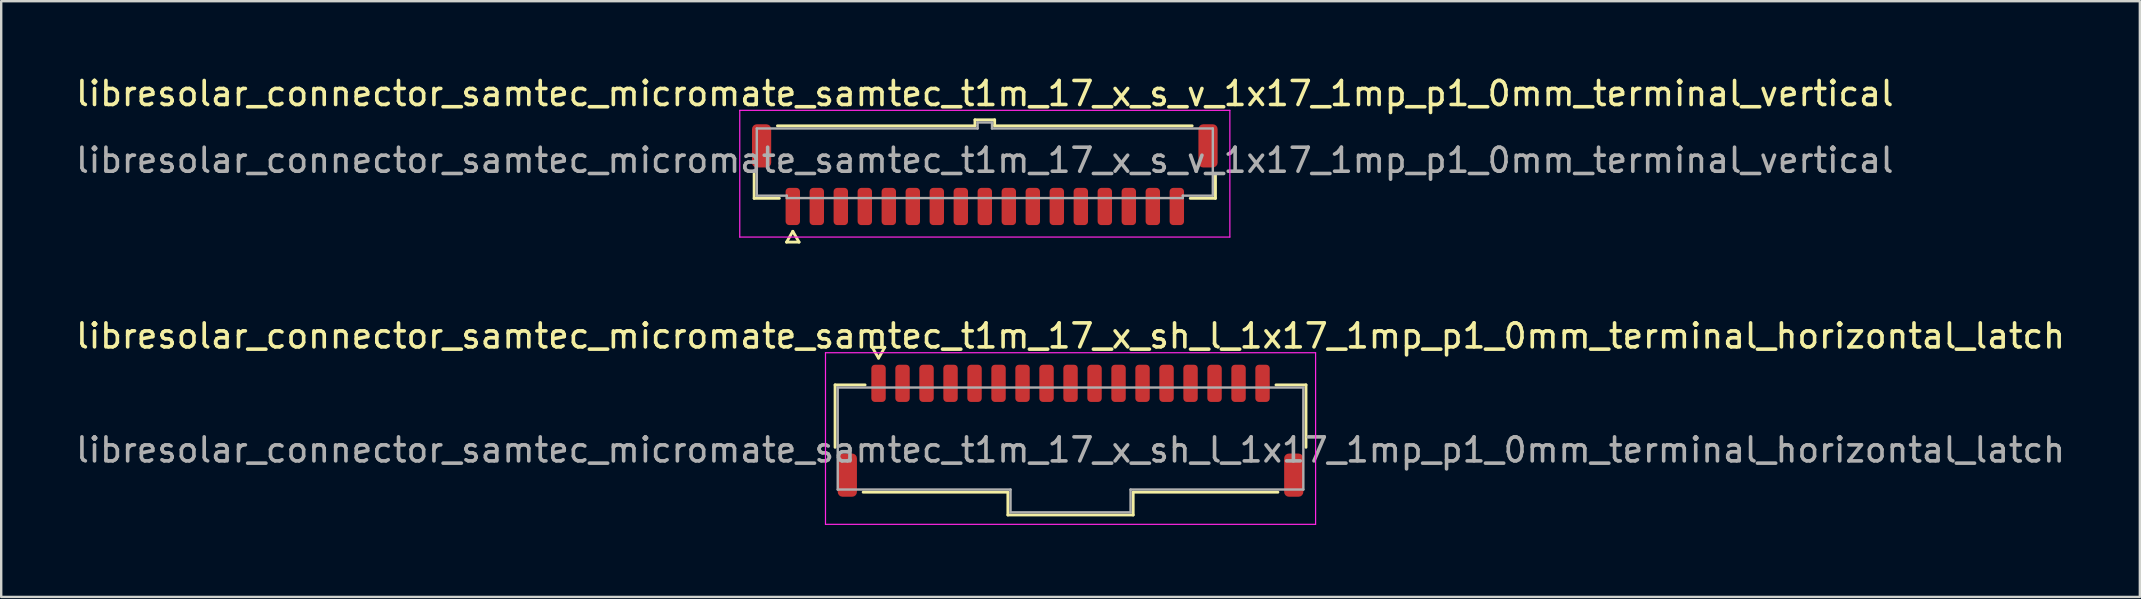
<source format=kicad_pcb>
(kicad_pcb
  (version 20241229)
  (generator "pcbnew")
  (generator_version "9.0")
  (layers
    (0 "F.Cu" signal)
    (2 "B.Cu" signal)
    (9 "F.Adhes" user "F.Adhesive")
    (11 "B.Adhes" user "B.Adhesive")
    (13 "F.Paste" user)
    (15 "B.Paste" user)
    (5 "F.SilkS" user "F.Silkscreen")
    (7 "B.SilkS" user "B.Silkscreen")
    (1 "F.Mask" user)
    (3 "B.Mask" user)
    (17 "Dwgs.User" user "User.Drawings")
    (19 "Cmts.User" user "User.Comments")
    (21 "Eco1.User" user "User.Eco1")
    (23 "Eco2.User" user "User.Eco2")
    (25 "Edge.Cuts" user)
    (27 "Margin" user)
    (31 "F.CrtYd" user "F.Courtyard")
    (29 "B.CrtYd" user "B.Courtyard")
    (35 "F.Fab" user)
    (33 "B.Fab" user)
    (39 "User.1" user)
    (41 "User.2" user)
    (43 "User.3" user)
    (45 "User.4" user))
  (footprint "libresolar_connector_samtec_micromate_samtec_t1m_17_x_sh_l_1x17_1mp_p1_0mm_terminal_horizontal_latch"
    (layer "F.Cu")
    (at 41.554 15.697)
    (property "Reference" "libresolar_connector_samtec_micromate_samtec_t1m_17_x_sh_l_1x17_1mp_p1_0mm_terminal_horizontal_latch" (at 0 -4.75 0) (layer "F.SilkS") (effects (font (size 1 1) (thickness 0.15))))
    (attr smd)
    (fp_line (start -9.81 -2.71) (end -8.56 -2.71) (stroke (width 0.12) (type solid)) (layer "F.SilkS"))
    (fp_line (start -9.81 -0.11) (end -9.81 -2.71) (stroke (width 0.12) (type solid)) (layer "F.SilkS"))
    (fp_line (start -8.26 -4.275) (end -8 -3.825) (stroke (width 0.12) (type solid)) (layer "F.SilkS"))
    (fp_line (start -8 -3.825) (end -7.74 -4.275) (stroke (width 0.12) (type solid)) (layer "F.SilkS"))
    (fp_line (start -7.74 -4.275) (end -8.26 -4.275) (stroke (width 0.12) (type solid)) (layer "F.SilkS"))
    (fp_line (start -2.61 1.76) (end -8.64 1.76) (stroke (width 0.12) (type solid)) (layer "F.SilkS"))
    (fp_line (start -2.61 2.71) (end -2.61 1.76) (stroke (width 0.12) (type solid)) (layer "F.SilkS"))
    (fp_line (start 2.61 1.76) (end 2.61 2.71) (stroke (width 0.12) (type solid)) (layer "F.SilkS"))
    (fp_line (start 2.61 2.71) (end -2.61 2.71) (stroke (width 0.12) (type solid)) (layer "F.SilkS"))
    (fp_line (start 8.56 -2.71) (end 9.81 -2.71) (stroke (width 0.12) (type solid)) (layer "F.SilkS"))
    (fp_line (start 8.64 1.76) (end 2.61 1.76) (stroke (width 0.12) (type solid)) (layer "F.SilkS"))
    (fp_line (start 9.81 -2.71) (end 9.81 -0.11) (stroke (width 0.12) (type solid)) (layer "F.SilkS"))
    (fp_line (start -10.21 -4.05) (end -10.21 3.1) (stroke (width 0.05) (type solid)) (layer "F.CrtYd"))
    (fp_line (start -10.21 3.1) (end 10.21 3.1) (stroke (width 0.05) (type solid)) (layer "F.CrtYd"))
    (fp_line (start 10.21 -4.05) (end -10.21 -4.05) (stroke (width 0.05) (type solid)) (layer "F.CrtYd"))
    (fp_line (start 10.21 3.1) (end 10.21 -4.05) (stroke (width 0.05) (type solid)) (layer "F.CrtYd"))
    (fp_line (start -9.7 -2.6) (end 9.7 -2.6) (stroke (width 0.1) (type solid)) (layer "F.Fab"))
    (fp_line (start -9.7 1.65) (end -9.7 -2.6) (stroke (width 0.1) (type solid)) (layer "F.Fab"))
    (fp_line (start -2.5 1.65) (end -9.7 1.65) (stroke (width 0.1) (type solid)) (layer "F.Fab"))
    (fp_line (start -2.5 2.6) (end -2.5 1.65) (stroke (width 0.1) (type solid)) (layer "F.Fab"))
    (fp_line (start 2.5 1.65) (end 2.5 2.6) (stroke (width 0.1) (type solid)) (layer "F.Fab"))
    (fp_line (start 2.5 2.6) (end -2.5 2.6) (stroke (width 0.1) (type solid)) (layer "F.Fab"))
    (fp_line (start 9.7 -2.6) (end 9.7 1.65) (stroke (width 0.1) (type solid)) (layer "F.Fab"))
    (fp_line (start 9.7 1.65) (end 2.5 1.65) (stroke (width 0.1) (type solid)) (layer "F.Fab"))
    (fp_text user "${REFERENCE}" (at 0 0 0) (layer "F.Fab") (effects (font (size 1 1) (thickness 0.15))))
    (pad "1" smd roundrect (at -8 -2.775) (size 0.6 1.55) (layers "F.Cu" "F.Mask" "F.Paste") (roundrect_rratio 0.25))
    (pad "2" smd roundrect (at -7 -2.775) (size 0.6 1.55) (layers "F.Cu" "F.Mask" "F.Paste") (roundrect_rratio 0.25))
    (pad "3" smd roundrect (at -6 -2.775) (size 0.6 1.55) (layers "F.Cu" "F.Mask" "F.Paste") (roundrect_rratio 0.25))
    (pad "4" smd roundrect (at -5 -2.775) (size 0.6 1.55) (layers "F.Cu" "F.Mask" "F.Paste") (roundrect_rratio 0.25))
    (pad "5" smd roundrect (at -4 -2.775) (size 0.6 1.55) (layers "F.Cu" "F.Mask" "F.Paste") (roundrect_rratio 0.25))
    (pad "6" smd roundrect (at -3 -2.775) (size 0.6 1.55) (layers "F.Cu" "F.Mask" "F.Paste") (roundrect_rratio 0.25))
    (pad "7" smd roundrect (at -2 -2.775) (size 0.6 1.55) (layers "F.Cu" "F.Mask" "F.Paste") (roundrect_rratio 0.25))
    (pad "8" smd roundrect (at -1 -2.775) (size 0.6 1.55) (layers "F.Cu" "F.Mask" "F.Paste") (roundrect_rratio 0.25))
    (pad "9" smd roundrect (at 0 -2.775) (size 0.6 1.55) (layers "F.Cu" "F.Mask" "F.Paste") (roundrect_rratio 0.25))
    (pad "10" smd roundrect (at 1 -2.775) (size 0.6 1.55) (layers "F.Cu" "F.Mask" "F.Paste") (roundrect_rratio 0.25))
    (pad "11" smd roundrect (at 2 -2.775) (size 0.6 1.55) (layers "F.Cu" "F.Mask" "F.Paste") (roundrect_rratio 0.25))
    (pad "12" smd roundrect (at 3 -2.775) (size 0.6 1.55) (layers "F.Cu" "F.Mask" "F.Paste") (roundrect_rratio 0.25))
    (pad "13" smd roundrect (at 4 -2.775) (size 0.6 1.55) (layers "F.Cu" "F.Mask" "F.Paste") (roundrect_rratio 0.25))
    (pad "14" smd roundrect (at 5 -2.775) (size 0.6 1.55) (layers "F.Cu" "F.Mask" "F.Paste") (roundrect_rratio 0.25))
    (pad "15" smd roundrect (at 6 -2.775) (size 0.6 1.55) (layers "F.Cu" "F.Mask" "F.Paste") (roundrect_rratio 0.25))
    (pad "16" smd roundrect (at 7 -2.775) (size 0.6 1.55) (layers "F.Cu" "F.Mask" "F.Paste") (roundrect_rratio 0.25))
    (pad "17" smd roundrect (at 8 -2.775) (size 0.6 1.55) (layers "F.Cu" "F.Mask" "F.Paste") (roundrect_rratio 0.25))
    (pad "MP" smd roundrect (at -9.3 1.05) (size 0.8 1.8) (layers "F.Cu" "F.Mask" "F.Paste") (roundrect_rratio 0.25))
    (pad "MP" smd roundrect (at 9.3 1.05) (size 0.8 1.8) (layers "F.Cu" "F.Mask" "F.Paste") (roundrect_rratio 0.25)))
  (footprint "libresolar_connector_samtec_micromate_samtec_t1m_17_x_s_v_1x17_1mp_p1_0mm_terminal_vertical"
    (layer "F.Cu")
    (at 37.982 3.628)
    (property "Reference" "libresolar_connector_samtec_micromate_samtec_t1m_17_x_s_v_1x17_1mp_p1_0mm_terminal_vertical" (at 0 -2.78 0) (layer "F.SilkS") (effects (font (size 1 1) (thickness 0.15))))
    (attr smd)
    (fp_line (start -9.61 1.585) (end -9.61 0.56) (stroke (width 0.12) (type solid)) (layer "F.SilkS"))
    (fp_line (start -8.64 -1.435) (end -0.41 -1.435) (stroke (width 0.12) (type solid)) (layer "F.SilkS"))
    (fp_line (start -8.56 1.585) (end -9.61 1.585) (stroke (width 0.12) (type solid)) (layer "F.SilkS"))
    (fp_line (start -8.26 3.41) (end -8 2.96) (stroke (width 0.12) (type solid)) (layer "F.SilkS"))
    (fp_line (start -8 2.96) (end -7.74 3.41) (stroke (width 0.12) (type solid)) (layer "F.SilkS"))
    (fp_line (start -7.74 3.41) (end -8.26 3.41) (stroke (width 0.12) (type solid)) (layer "F.SilkS"))
    (fp_line (start -0.41 -1.685) (end 0.41 -1.685) (stroke (width 0.12) (type solid)) (layer "F.SilkS"))
    (fp_line (start -0.41 -1.435) (end -0.41 -1.685) (stroke (width 0.12) (type solid)) (layer "F.SilkS"))
    (fp_line (start 0.41 -1.685) (end 0.41 -1.435) (stroke (width 0.12) (type solid)) (layer "F.SilkS"))
    (fp_line (start 0.41 -1.435) (end 8.64 -1.435) (stroke (width 0.12) (type solid)) (layer "F.SilkS"))
    (fp_line (start 9.61 0.56) (end 9.61 1.585) (stroke (width 0.12) (type solid)) (layer "F.SilkS"))
    (fp_line (start 9.61 1.585) (end 8.56 1.585) (stroke (width 0.12) (type solid)) (layer "F.SilkS"))
    (fp_line (start -10.21 -2.08) (end -10.21 3.2) (stroke (width 0.05) (type solid)) (layer "F.CrtYd"))
    (fp_line (start -10.21 3.2) (end 10.21 3.2) (stroke (width 0.05) (type solid)) (layer "F.CrtYd"))
    (fp_line (start 10.21 -2.08) (end -10.21 -2.08) (stroke (width 0.05) (type solid)) (layer "F.CrtYd"))
    (fp_line (start 10.21 3.2) (end 10.21 -2.08) (stroke (width 0.05) (type solid)) (layer "F.CrtYd"))
    (fp_line (start -9.5 -1.325) (end -0.3 -1.325) (stroke (width 0.1) (type solid)) (layer "F.Fab"))
    (fp_line (start -9.5 1.475) (end -9.5 -1.325) (stroke (width 0.1) (type solid)) (layer "F.Fab"))
    (fp_line (start -8.25 1.475) (end -9.5 1.475) (stroke (width 0.1) (type solid)) (layer "F.Fab"))
    (fp_line (start -8.25 1.575) (end -8.25 1.475) (stroke (width 0.1) (type solid)) (layer "F.Fab"))
    (fp_line (start -0.3 -1.575) (end 0.3 -1.575) (stroke (width 0.1) (type solid)) (layer "F.Fab"))
    (fp_line (start -0.3 -1.325) (end -0.3 -1.575) (stroke (width 0.1) (type solid)) (layer "F.Fab"))
    (fp_line (start 0.3 -1.575) (end 0.3 -1.325) (stroke (width 0.1) (type solid)) (layer "F.Fab"))
    (fp_line (start 0.3 -1.325) (end 9.5 -1.325) (stroke (width 0.1) (type solid)) (layer "F.Fab"))
    (fp_line (start 8.25 1.475) (end 8.25 1.575) (stroke (width 0.1) (type solid)) (layer "F.Fab"))
    (fp_line (start 8.25 1.575) (end -8.25 1.575) (stroke (width 0.1) (type solid)) (layer "F.Fab"))
    (fp_line (start 9.5 -1.325) (end 9.5 1.475) (stroke (width 0.1) (type solid)) (layer "F.Fab"))
    (fp_line (start 9.5 1.475) (end 8.25 1.475) (stroke (width 0.1) (type solid)) (layer "F.Fab"))
    (fp_text user "${REFERENCE}" (at 0 0 0) (layer "F.Fab") (effects (font (size 1 1) (thickness 0.15))))
    (pad "1" smd roundrect (at -8 1.925) (size 0.6 1.55) (layers "F.Cu" "F.Mask" "F.Paste") (roundrect_rratio 0.25))
    (pad "2" smd roundrect (at -7 1.925) (size 0.6 1.55) (layers "F.Cu" "F.Mask" "F.Paste") (roundrect_rratio 0.25))
    (pad "3" smd roundrect (at -6 1.925) (size 0.6 1.55) (layers "F.Cu" "F.Mask" "F.Paste") (roundrect_rratio 0.25))
    (pad "4" smd roundrect (at -5 1.925) (size 0.6 1.55) (layers "F.Cu" "F.Mask" "F.Paste") (roundrect_rratio 0.25))
    (pad "5" smd roundrect (at -4 1.925) (size 0.6 1.55) (layers "F.Cu" "F.Mask" "F.Paste") (roundrect_rratio 0.25))
    (pad "6" smd roundrect (at -3 1.925) (size 0.6 1.55) (layers "F.Cu" "F.Mask" "F.Paste") (roundrect_rratio 0.25))
    (pad "7" smd roundrect (at -2 1.925) (size 0.6 1.55) (layers "F.Cu" "F.Mask" "F.Paste") (roundrect_rratio 0.25))
    (pad "8" smd roundrect (at -1 1.925) (size 0.6 1.55) (layers "F.Cu" "F.Mask" "F.Paste") (roundrect_rratio 0.25))
    (pad "9" smd roundrect (at 0 1.925) (size 0.6 1.55) (layers "F.Cu" "F.Mask" "F.Paste") (roundrect_rratio 0.25))
    (pad "10" smd roundrect (at 1 1.925) (size 0.6 1.55) (layers "F.Cu" "F.Mask" "F.Paste") (roundrect_rratio 0.25))
    (pad "11" smd roundrect (at 2 1.925) (size 0.6 1.55) (layers "F.Cu" "F.Mask" "F.Paste") (roundrect_rratio 0.25))
    (pad "12" smd roundrect (at 3 1.925) (size 0.6 1.55) (layers "F.Cu" "F.Mask" "F.Paste") (roundrect_rratio 0.25))
    (pad "13" smd roundrect (at 4 1.925) (size 0.6 1.55) (layers "F.Cu" "F.Mask" "F.Paste") (roundrect_rratio 0.25))
    (pad "14" smd roundrect (at 5 1.925) (size 0.6 1.55) (layers "F.Cu" "F.Mask" "F.Paste") (roundrect_rratio 0.25))
    (pad "15" smd roundrect (at 6 1.925) (size 0.6 1.55) (layers "F.Cu" "F.Mask" "F.Paste") (roundrect_rratio 0.25))
    (pad "16" smd roundrect (at 7 1.925) (size 0.6 1.55) (layers "F.Cu" "F.Mask" "F.Paste") (roundrect_rratio 0.25))
    (pad "17" smd roundrect (at 8 1.925) (size 0.6 1.55) (layers "F.Cu" "F.Mask" "F.Paste") (roundrect_rratio 0.25))
    (pad "MP" smd roundrect (at -9.3 -0.6) (size 0.8 1.8) (layers "F.Cu" "F.Mask" "F.Paste") (roundrect_rratio 0.25))
    (pad "MP" smd roundrect (at 9.3 -0.6) (size 0.8 1.8) (layers "F.Cu" "F.Mask" "F.Paste") (roundrect_rratio 0.25)))
  (gr_rect
    (start -3 -3)
    (end 86.107 21.822)
    (stroke (width 0.1) (type default))
    (fill no)
    (layer "Edge.Cuts")))
</source>
